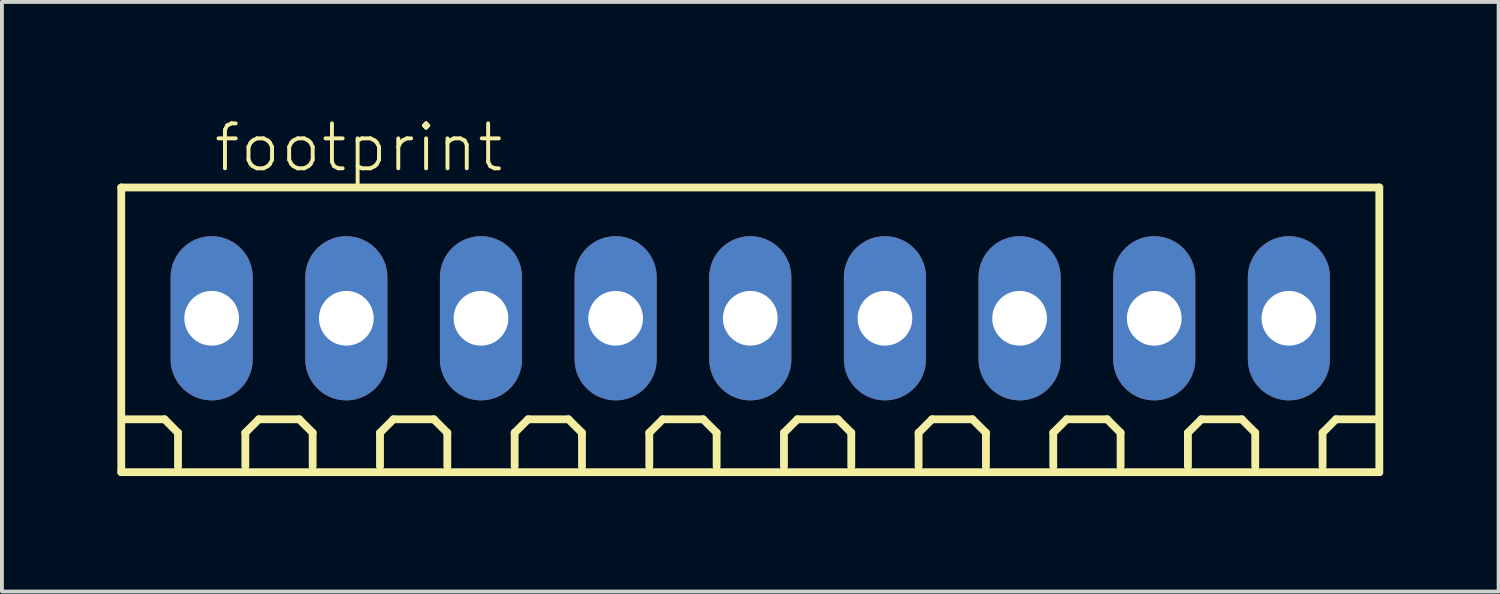
<source format=kicad_pcb>
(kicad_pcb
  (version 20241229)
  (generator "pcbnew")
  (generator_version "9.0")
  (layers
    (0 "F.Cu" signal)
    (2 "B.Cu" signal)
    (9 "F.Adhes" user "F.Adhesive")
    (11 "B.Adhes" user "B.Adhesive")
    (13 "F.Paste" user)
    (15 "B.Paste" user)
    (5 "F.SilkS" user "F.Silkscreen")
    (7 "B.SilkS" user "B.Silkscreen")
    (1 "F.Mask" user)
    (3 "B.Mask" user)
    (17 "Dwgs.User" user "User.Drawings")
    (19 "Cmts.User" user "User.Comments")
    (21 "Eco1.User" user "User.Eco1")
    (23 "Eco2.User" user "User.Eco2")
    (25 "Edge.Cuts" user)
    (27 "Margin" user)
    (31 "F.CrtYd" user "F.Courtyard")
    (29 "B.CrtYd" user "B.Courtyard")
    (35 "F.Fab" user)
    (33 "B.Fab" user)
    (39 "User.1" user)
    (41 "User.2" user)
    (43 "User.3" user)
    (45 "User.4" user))
  (footprint "footprint"
    (layer "F.Cu")
    (at 16.452 5.223)
    (property "Reference" "footprint" (at -14 -3.75 0) (layer "F.SilkS") (effects (font (size 1.168 1.168) (thickness 0.102)) (justify left bottom)))
    (fp_line (start -16.35 -3.4) (end 16.35 -3.4) (stroke (width 0.203) (type solid)) (layer "F.SilkS"))
    (fp_line (start -16.35 4) (end -16.35 -3.4) (stroke (width 0.203) (type solid)) (layer "F.SilkS"))
    (fp_line (start -15.225 2.625) (end -16.275 2.625) (stroke (width 0.203) (type solid)) (layer "F.SilkS"))
    (fp_line (start -14.875 2.975) (end -15.225 2.625) (stroke (width 0.203) (type solid)) (layer "F.SilkS"))
    (fp_line (start -14.875 3.85) (end -14.875 2.975) (stroke (width 0.203) (type solid)) (layer "F.SilkS"))
    (fp_line (start -13.125 2.975) (end -12.775 2.625) (stroke (width 0.203) (type solid)) (layer "F.SilkS"))
    (fp_line (start -13.125 3.85) (end -13.125 2.975) (stroke (width 0.203) (type solid)) (layer "F.SilkS"))
    (fp_line (start -12.775 2.625) (end -11.725 2.625) (stroke (width 0.203) (type solid)) (layer "F.SilkS"))
    (fp_line (start -11.725 2.625) (end -11.375 2.975) (stroke (width 0.203) (type solid)) (layer "F.SilkS"))
    (fp_line (start -11.375 2.975) (end -11.375 3.85) (stroke (width 0.203) (type solid)) (layer "F.SilkS"))
    (fp_line (start -9.625 2.975) (end -9.275 2.625) (stroke (width 0.203) (type solid)) (layer "F.SilkS"))
    (fp_line (start -9.625 3.85) (end -9.625 2.975) (stroke (width 0.203) (type solid)) (layer "F.SilkS"))
    (fp_line (start -9.275 2.625) (end -8.225 2.625) (stroke (width 0.203) (type solid)) (layer "F.SilkS"))
    (fp_line (start -8.225 2.625) (end -7.875 2.975) (stroke (width 0.203) (type solid)) (layer "F.SilkS"))
    (fp_line (start -7.875 2.975) (end -7.875 3.85) (stroke (width 0.203) (type solid)) (layer "F.SilkS"))
    (fp_line (start -6.125 2.975) (end -5.775 2.625) (stroke (width 0.203) (type solid)) (layer "F.SilkS"))
    (fp_line (start -6.125 3.85) (end -6.125 2.975) (stroke (width 0.203) (type solid)) (layer "F.SilkS"))
    (fp_line (start -5.775 2.625) (end -4.725 2.625) (stroke (width 0.203) (type solid)) (layer "F.SilkS"))
    (fp_line (start -4.725 2.625) (end -4.375 2.975) (stroke (width 0.203) (type solid)) (layer "F.SilkS"))
    (fp_line (start -4.375 2.975) (end -4.375 3.85) (stroke (width 0.203) (type solid)) (layer "F.SilkS"))
    (fp_line (start -2.625 2.975) (end -2.275 2.625) (stroke (width 0.203) (type solid)) (layer "F.SilkS"))
    (fp_line (start -2.625 3.85) (end -2.625 2.975) (stroke (width 0.203) (type solid)) (layer "F.SilkS"))
    (fp_line (start -2.275 2.625) (end -1.225 2.625) (stroke (width 0.203) (type solid)) (layer "F.SilkS"))
    (fp_line (start -1.225 2.625) (end -0.875 2.975) (stroke (width 0.203) (type solid)) (layer "F.SilkS"))
    (fp_line (start -0.875 2.975) (end -0.875 3.85) (stroke (width 0.203) (type solid)) (layer "F.SilkS"))
    (fp_line (start 0.875 2.975) (end 1.225 2.625) (stroke (width 0.203) (type solid)) (layer "F.SilkS"))
    (fp_line (start 0.875 3.85) (end 0.875 2.975) (stroke (width 0.203) (type solid)) (layer "F.SilkS"))
    (fp_line (start 1.225 2.625) (end 2.275 2.625) (stroke (width 0.203) (type solid)) (layer "F.SilkS"))
    (fp_line (start 2.275 2.625) (end 2.625 2.975) (stroke (width 0.203) (type solid)) (layer "F.SilkS"))
    (fp_line (start 2.625 2.975) (end 2.625 3.85) (stroke (width 0.203) (type solid)) (layer "F.SilkS"))
    (fp_line (start 4.375 2.975) (end 4.725 2.625) (stroke (width 0.203) (type solid)) (layer "F.SilkS"))
    (fp_line (start 4.375 3.85) (end 4.375 2.975) (stroke (width 0.203) (type solid)) (layer "F.SilkS"))
    (fp_line (start 4.725 2.625) (end 5.775 2.625) (stroke (width 0.203) (type solid)) (layer "F.SilkS"))
    (fp_line (start 5.775 2.625) (end 6.125 2.975) (stroke (width 0.203) (type solid)) (layer "F.SilkS"))
    (fp_line (start 6.125 2.975) (end 6.125 3.85) (stroke (width 0.203) (type solid)) (layer "F.SilkS"))
    (fp_line (start 7.875 2.975) (end 8.225 2.625) (stroke (width 0.203) (type solid)) (layer "F.SilkS"))
    (fp_line (start 7.875 3.85) (end 7.875 2.975) (stroke (width 0.203) (type solid)) (layer "F.SilkS"))
    (fp_line (start 8.225 2.625) (end 9.275 2.625) (stroke (width 0.203) (type solid)) (layer "F.SilkS"))
    (fp_line (start 9.275 2.625) (end 9.625 2.975) (stroke (width 0.203) (type solid)) (layer "F.SilkS"))
    (fp_line (start 9.625 2.975) (end 9.625 3.85) (stroke (width 0.203) (type solid)) (layer "F.SilkS"))
    (fp_line (start 11.375 2.975) (end 11.725 2.625) (stroke (width 0.203) (type solid)) (layer "F.SilkS"))
    (fp_line (start 11.375 3.85) (end 11.375 2.975) (stroke (width 0.203) (type solid)) (layer "F.SilkS"))
    (fp_line (start 11.725 2.625) (end 12.775 2.625) (stroke (width 0.203) (type solid)) (layer "F.SilkS"))
    (fp_line (start 12.775 2.625) (end 13.125 2.975) (stroke (width 0.203) (type solid)) (layer "F.SilkS"))
    (fp_line (start 13.125 2.975) (end 13.125 3.85) (stroke (width 0.203) (type solid)) (layer "F.SilkS"))
    (fp_line (start 14.875 2.975) (end 15.225 2.625) (stroke (width 0.203) (type solid)) (layer "F.SilkS"))
    (fp_line (start 14.875 3.85) (end 14.875 2.975) (stroke (width 0.203) (type solid)) (layer "F.SilkS"))
    (fp_line (start 16.275 2.625) (end 15.225 2.625) (stroke (width 0.203) (type solid)) (layer "F.SilkS"))
    (fp_line (start 16.35 -3.4) (end 16.35 4) (stroke (width 0.203) (type solid)) (layer "F.SilkS"))
    (fp_line (start 16.35 4) (end -16.35 4) (stroke (width 0.203) (type solid)) (layer "F.SilkS"))
    (pad "1" thru_hole oval (at -14 0 90) (size 4.267 2.134) (drill 1.422) (layers "*.Cu" "*.Mask"))
    (pad "2" thru_hole oval (at -10.5 0 90) (size 4.267 2.134) (drill 1.422) (layers "*.Cu" "*.Mask"))
    (pad "3" thru_hole oval (at -7 0 90) (size 4.267 2.134) (drill 1.422) (layers "*.Cu" "*.Mask"))
    (pad "4" thru_hole oval (at -3.5 0 90) (size 4.267 2.134) (drill 1.422) (layers "*.Cu" "*.Mask"))
    (pad "5" thru_hole oval (at 0 0 90) (size 4.267 2.134) (drill 1.422) (layers "*.Cu" "*.Mask"))
    (pad "6" thru_hole oval (at 3.5 0 90) (size 4.267 2.134) (drill 1.422) (layers "*.Cu" "*.Mask"))
    (pad "7" thru_hole oval (at 7 0 90) (size 4.267 2.134) (drill 1.422) (layers "*.Cu" "*.Mask"))
    (pad "8" thru_hole oval (at 10.5 0 90) (size 4.267 2.134) (drill 1.422) (layers "*.Cu" "*.Mask"))
    (pad "9" thru_hole oval (at 14 0 90) (size 4.267 2.134) (drill 1.422) (layers "*.Cu" "*.Mask")))
  (gr_rect
    (start -3 -3)
    (end 35.903 12.325)
    (stroke (width 0.1) (type default))
    (fill no)
    (layer "Edge.Cuts")))
</source>
